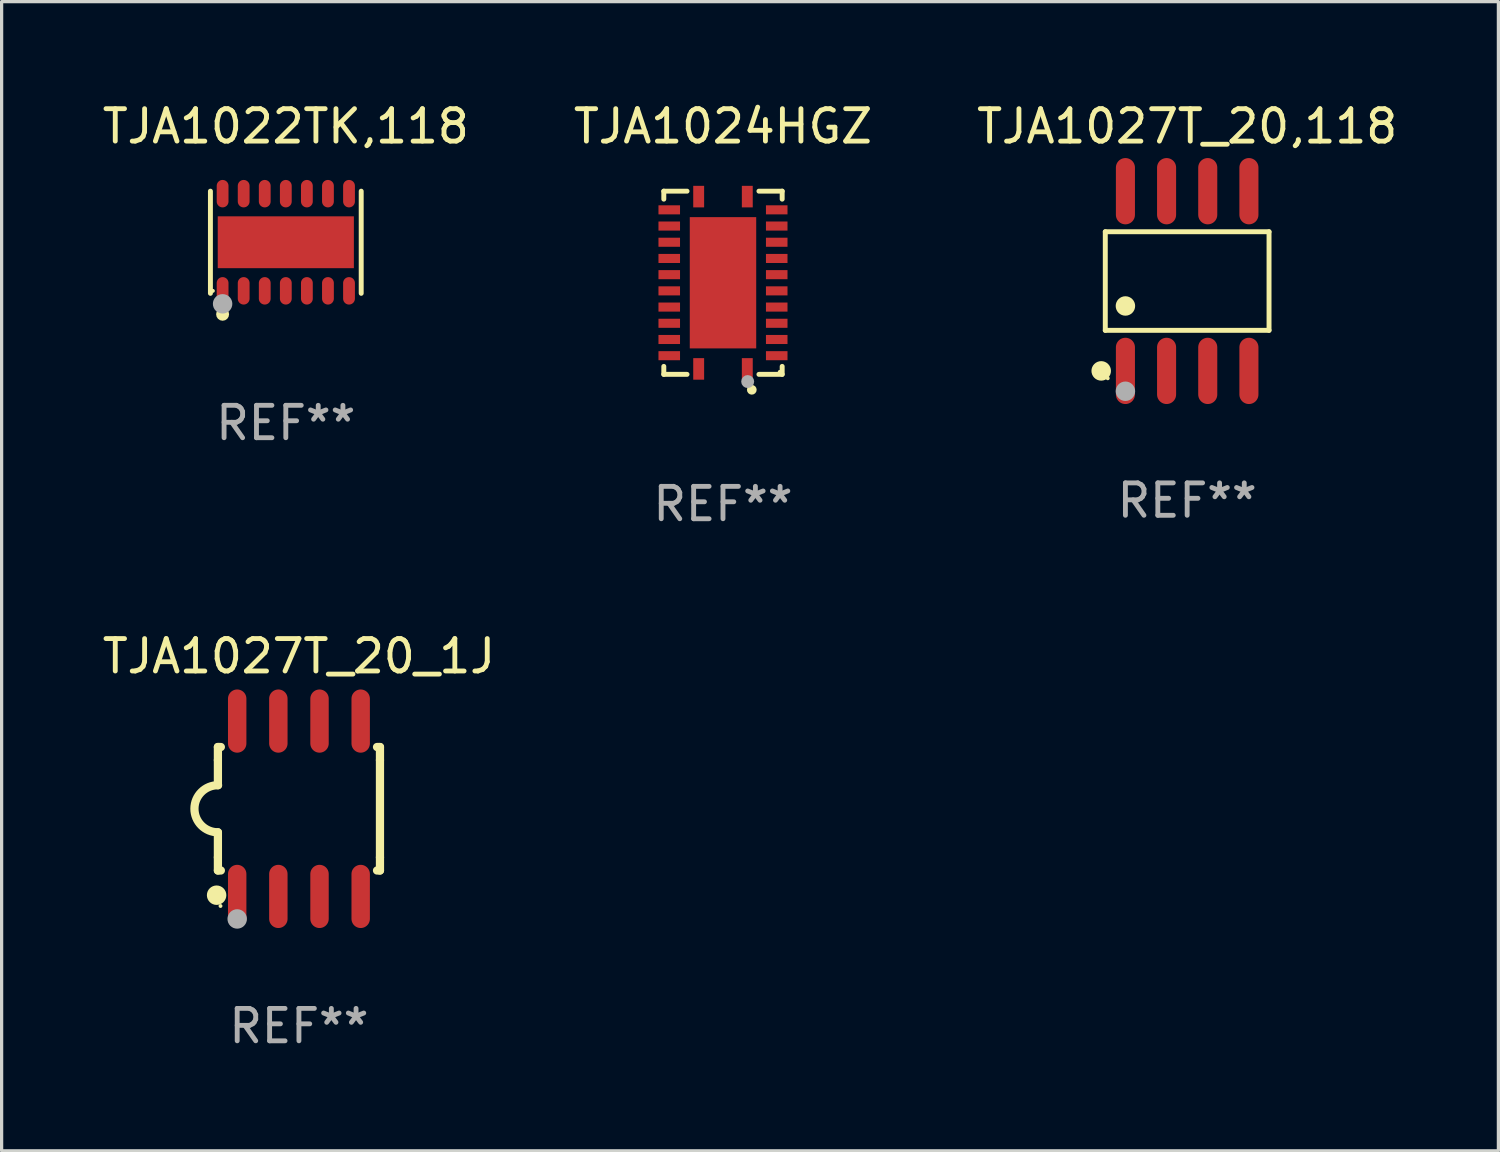
<source format=kicad_pcb>
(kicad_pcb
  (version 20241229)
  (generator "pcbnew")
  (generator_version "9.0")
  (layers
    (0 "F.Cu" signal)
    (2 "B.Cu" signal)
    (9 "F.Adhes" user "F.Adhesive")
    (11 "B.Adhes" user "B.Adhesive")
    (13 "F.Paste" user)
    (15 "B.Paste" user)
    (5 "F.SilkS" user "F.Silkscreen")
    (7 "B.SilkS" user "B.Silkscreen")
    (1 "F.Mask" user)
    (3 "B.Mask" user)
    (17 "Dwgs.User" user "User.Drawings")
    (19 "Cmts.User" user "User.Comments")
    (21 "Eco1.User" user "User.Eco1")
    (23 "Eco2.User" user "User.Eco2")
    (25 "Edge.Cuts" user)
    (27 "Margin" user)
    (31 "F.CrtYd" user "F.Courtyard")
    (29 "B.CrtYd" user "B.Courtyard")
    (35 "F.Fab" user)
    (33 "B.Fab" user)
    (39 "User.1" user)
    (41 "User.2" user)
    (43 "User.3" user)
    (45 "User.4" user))
  (footprint "TJA1024HGZ"
    (layer "F.Cu")
    (at 19.256 5.674)
    (property "Reference" "TJA1024HGZ" (at 0 -4.826 0) (layer "F.SilkS") (effects (font (size 1 1) (thickness 0.15))))
    (attr through_hole)
    (fp_line (start -1.826 -2.826) (end -1.826 -2.58) (stroke (width 0.152) (type solid)) (layer "F.SilkS"))
    (fp_line (start -1.826 2.826) (end -1.826 2.58) (stroke (width 0.152) (type solid)) (layer "F.SilkS"))
    (fp_line (start -1.109 -2.826) (end -1.826 -2.826) (stroke (width 0.152) (type solid)) (layer "F.SilkS"))
    (fp_line (start -1.109 2.826) (end -1.826 2.826) (stroke (width 0.152) (type solid)) (layer "F.SilkS"))
    (fp_line (start 1.109 -2.826) (end 1.826 -2.826) (stroke (width 0.152) (type solid)) (layer "F.SilkS"))
    (fp_line (start 1.109 2.826) (end 1.826 2.826) (stroke (width 0.152) (type solid)) (layer "F.SilkS"))
    (fp_line (start 1.826 -2.826) (end 1.826 -2.58) (stroke (width 0.152) (type solid)) (layer "F.SilkS"))
    (fp_line (start 1.826 2.826) (end 1.826 2.58) (stroke (width 0.152) (type solid)) (layer "F.SilkS"))
    (fp_circle (center 0.889 3.302) (end 0.964 3.302) (stroke (width 0.15) (type solid)) (fill no) (layer "F.SilkS"))
    (fp_circle (center 1.75 2.75) (end 1.78 2.75) (stroke (width 0.06) (type solid)) (fill no) (layer "F.SilkS"))
    (fp_circle (center 0.762 3.048) (end 0.862 3.048) (stroke (width 0.2) (type solid)) (fill no) (layer "F.Fab"))
    (fp_text user "REF**" (at 0 6.826 0) (layer "F.Fab") (effects (font (size 1 1) (thickness 0.15))))
    (pad "1" smd rect (at 0.75 2.658) (size 0.336 0.665) (layers "F.Cu" "F.Mask" "F.Paste"))
    (pad "2" smd rect (at 1.658 2.25) (size 0.665 0.28) (layers "F.Cu" "F.Mask" "F.Paste"))
    (pad "3" smd rect (at 1.658 1.75) (size 0.665 0.28) (layers "F.Cu" "F.Mask" "F.Paste"))
    (pad "4" smd rect (at 1.658 1.25) (size 0.665 0.28) (layers "F.Cu" "F.Mask" "F.Paste"))
    (pad "5" smd rect (at 1.658 0.75) (size 0.665 0.28) (layers "F.Cu" "F.Mask" "F.Paste"))
    (pad "6" smd rect (at 1.658 0.25) (size 0.665 0.28) (layers "F.Cu" "F.Mask" "F.Paste"))
    (pad "7" smd rect (at 1.658 -0.25) (size 0.665 0.28) (layers "F.Cu" "F.Mask" "F.Paste"))
    (pad "8" smd rect (at 1.658 -0.75) (size 0.665 0.28) (layers "F.Cu" "F.Mask" "F.Paste"))
    (pad "9" smd rect (at 1.658 -1.25) (size 0.665 0.28) (layers "F.Cu" "F.Mask" "F.Paste"))
    (pad "10" smd rect (at 1.658 -1.75) (size 0.665 0.28) (layers "F.Cu" "F.Mask" "F.Paste"))
    (pad "11" smd rect (at 1.658 -2.25) (size 0.665 0.28) (layers "F.Cu" "F.Mask" "F.Paste"))
    (pad "12" smd rect (at 0.75 -2.658) (size 0.336 0.665) (layers "F.Cu" "F.Mask" "F.Paste"))
    (pad "13" smd rect (at -0.75 -2.658) (size 0.336 0.665) (layers "F.Cu" "F.Mask" "F.Paste"))
    (pad "14" smd rect (at -1.658 -2.25) (size 0.665 0.28) (layers "F.Cu" "F.Mask" "F.Paste"))
    (pad "15" smd rect (at -1.658 -1.75) (size 0.665 0.28) (layers "F.Cu" "F.Mask" "F.Paste"))
    (pad "16" smd rect (at -1.658 -1.25) (size 0.665 0.28) (layers "F.Cu" "F.Mask" "F.Paste"))
    (pad "17" smd rect (at -1.658 -0.75) (size 0.665 0.28) (layers "F.Cu" "F.Mask" "F.Paste"))
    (pad "18" smd rect (at -1.658 -0.25) (size 0.665 0.28) (layers "F.Cu" "F.Mask" "F.Paste"))
    (pad "19" smd rect (at -1.658 0.25) (size 0.665 0.28) (layers "F.Cu" "F.Mask" "F.Paste"))
    (pad "20" smd rect (at -1.658 0.75) (size 0.665 0.28) (layers "F.Cu" "F.Mask" "F.Paste"))
    (pad "21" smd rect (at -1.658 1.25) (size 0.665 0.28) (layers "F.Cu" "F.Mask" "F.Paste"))
    (pad "22" smd rect (at -1.658 1.75) (size 0.665 0.28) (layers "F.Cu" "F.Mask" "F.Paste"))
    (pad "23" smd rect (at -1.658 2.25) (size 0.665 0.28) (layers "F.Cu" "F.Mask" "F.Paste"))
    (pad "24" smd rect (at -0.75 2.658) (size 0.336 0.665) (layers "F.Cu" "F.Mask" "F.Paste"))
    (pad "25" smd rect (at 0 0) (size 2.05 4.05) (layers "F.Cu" "F.Mask" "F.Paste")))
  (footprint "TJA1022TK,118"
    (layer "F.Cu")
    (at 5.768 4.424)
    (property "Reference" "TJA1022TK,118" (at 0 -3.576 0) (layer "F.SilkS") (effects (font (size 1 1) (thickness 0.15))))
    (attr through_hole)
    (fp_line (start -2.326 1.576) (end -2.326 -1.576) (stroke (width 0.152) (type solid)) (layer "F.SilkS"))
    (fp_line (start 2.326 -1.576) (end 2.326 1.576) (stroke (width 0.152) (type solid)) (layer "F.SilkS"))
    (fp_circle (center -2.25 1.5) (end -2.22 1.5) (stroke (width 0.06) (type solid)) (fill no) (layer "F.SilkS"))
    (fp_circle (center -1.95 2.222) (end -1.85 2.222) (stroke (width 0.2) (type solid)) (fill no) (layer "F.SilkS"))
    (fp_circle (center -1.95 1.9) (end -1.8 1.9) (stroke (width 0.3) (type solid)) (fill no) (layer "F.Fab"))
    (fp_text user "REF**" (at 0 5.576 0) (layer "F.Fab") (effects (font (size 1 1) (thickness 0.15))))
    (pad "1" smd oval (at -1.95 1.499) (size 0.364 0.847) (layers "F.Cu" "F.Mask" "F.Paste"))
    (pad "2" smd oval (at -1.3 1.499) (size 0.364 0.847) (layers "F.Cu" "F.Mask" "F.Paste"))
    (pad "3" smd oval (at -0.65 1.499) (size 0.364 0.847) (layers "F.Cu" "F.Mask" "F.Paste"))
    (pad "4" smd oval (at 0 1.499) (size 0.364 0.847) (layers "F.Cu" "F.Mask" "F.Paste"))
    (pad "5" smd oval (at 0.65 1.499) (size 0.364 0.847) (layers "F.Cu" "F.Mask" "F.Paste"))
    (pad "6" smd oval (at 1.3 1.499) (size 0.364 0.847) (layers "F.Cu" "F.Mask" "F.Paste"))
    (pad "7" smd oval (at 1.95 1.499) (size 0.364 0.847) (layers "F.Cu" "F.Mask" "F.Paste"))
    (pad "8" smd oval (at 1.95 -1.499) (size 0.364 0.847) (layers "F.Cu" "F.Mask" "F.Paste"))
    (pad "9" smd oval (at 1.3 -1.499) (size 0.364 0.847) (layers "F.Cu" "F.Mask" "F.Paste"))
    (pad "10" smd oval (at 0.65 -1.499) (size 0.364 0.847) (layers "F.Cu" "F.Mask" "F.Paste"))
    (pad "11" smd oval (at 0 -1.499) (size 0.364 0.847) (layers "F.Cu" "F.Mask" "F.Paste"))
    (pad "12" smd oval (at -0.65 -1.499) (size 0.364 0.847) (layers "F.Cu" "F.Mask" "F.Paste"))
    (pad "13" smd oval (at -1.3 -1.499) (size 0.364 0.847) (layers "F.Cu" "F.Mask" "F.Paste"))
    (pad "14" smd oval (at -1.95 -1.499) (size 0.364 0.847) (layers "F.Cu" "F.Mask" "F.Paste"))
    (pad "15" smd rect (at 0 0) (size 4.2 1.6) (layers "F.Cu" "F.Mask" "F.Paste")))
  (footprint "TJA1027T_20,118"
    (layer "F.Cu")
    (at 33.577 5.621)
    (property "Reference" "TJA1027T_20,118" (at 0 -4.772 0) (layer "F.SilkS") (effects (font (size 1 1) (thickness 0.15))))
    (attr through_hole)
    (fp_line (start -2.526 -1.521) (end 2.526 -1.521) (stroke (width 0.152) (type solid)) (layer "F.SilkS"))
    (fp_line (start -2.526 1.521) (end -2.526 -1.521) (stroke (width 0.152) (type solid)) (layer "F.SilkS"))
    (fp_line (start 2.526 -1.521) (end 2.526 1.521) (stroke (width 0.152) (type solid)) (layer "F.SilkS"))
    (fp_line (start 2.526 1.521) (end -2.526 1.521) (stroke (width 0.152) (type solid)) (layer "F.SilkS"))
    (fp_circle (center -2.652 2.772) (end -2.501 2.772) (stroke (width 0.3) (type solid)) (fill no) (layer "F.SilkS"))
    (fp_circle (center -2.45 3) (end -2.42 3) (stroke (width 0.06) (type solid)) (fill no) (layer "F.SilkS"))
    (fp_circle (center -1.905 0.769) (end -1.755 0.769) (stroke (width 0.3) (type solid)) (fill no) (layer "F.SilkS"))
    (fp_circle (center -1.905 3.4) (end -1.755 3.4) (stroke (width 0.3) (type solid)) (fill no) (layer "F.Fab"))
    (fp_text user "REF**" (at 0 6.772 0) (layer "F.Fab") (effects (font (size 1 1) (thickness 0.15))))
    (pad "1" smd oval (at -1.905 2.772) (size 0.588 2.045) (layers "F.Cu" "F.Mask" "F.Paste"))
    (pad "2" smd oval (at -0.635 2.772) (size 0.588 2.045) (layers "F.Cu" "F.Mask" "F.Paste"))
    (pad "3" smd oval (at 0.635 2.772) (size 0.588 2.045) (layers "F.Cu" "F.Mask" "F.Paste"))
    (pad "4" smd oval (at 1.905 2.772) (size 0.588 2.045) (layers "F.Cu" "F.Mask" "F.Paste"))
    (pad "5" smd oval (at 1.905 -2.772) (size 0.588 2.045) (layers "F.Cu" "F.Mask" "F.Paste"))
    (pad "6" smd oval (at 0.635 -2.772) (size 0.588 2.045) (layers "F.Cu" "F.Mask" "F.Paste"))
    (pad "7" smd oval (at -0.635 -2.772) (size 0.588 2.045) (layers "F.Cu" "F.Mask" "F.Paste"))
    (pad "8" smd oval (at -1.905 -2.772) (size 0.588 2.045) (layers "F.Cu" "F.Mask" "F.Paste")))
  (footprint "TJA1027T_20_1J"
    (layer "F.Cu")
    (at 6.173 21.902)
    (property "Reference" "TJA1027T_20_1J" (at 0 -4.705 0) (layer "F.SilkS") (effects (font (size 1 1) (thickness 0.15))))
    (attr through_hole)
    (fp_line (start -2.5 -1.905) (end -2.409 -1.905) (stroke (width 0.254) (type solid)) (layer "F.SilkS"))
    (fp_line (start -2.5 -1.5) (end -2.5 -1.905) (stroke (width 0.254) (type solid)) (layer "F.SilkS"))
    (fp_line (start -2.5 -1.5) (end -2.5 -0.726) (stroke (width 0.254) (type solid)) (layer "F.SilkS"))
    (fp_line (start -2.5 1.5) (end -2.5 0.727) (stroke (width 0.254) (type solid)) (layer "F.SilkS"))
    (fp_line (start -2.5 1.5) (end -2.5 1.905) (stroke (width 0.254) (type solid)) (layer "F.SilkS"))
    (fp_line (start -2.5 1.905) (end -2.409 1.905) (stroke (width 0.254) (type solid)) (layer "F.SilkS"))
    (fp_line (start 2.5 -1.905) (end 2.409 -1.905) (stroke (width 0.254) (type solid)) (layer "F.SilkS"))
    (fp_line (start 2.5 -1.5) (end 2.5 -1.905) (stroke (width 0.254) (type solid)) (layer "F.SilkS"))
    (fp_line (start 2.5 -1.5) (end 2.5 1.5) (stroke (width 0.254) (type solid)) (layer "F.SilkS"))
    (fp_line (start 2.5 1.5) (end 2.5 1.905) (stroke (width 0.254) (type solid)) (layer "F.SilkS"))
    (fp_line (start 2.5 1.905) (end 2.409 1.905) (stroke (width 0.254) (type solid)) (layer "F.SilkS"))
    (fp_arc (start -2.5 0.726568) (mid -3.220316 -0.0023) (end -2.495097 -0.726289) (stroke (width 0.254001) (type solid)) (layer "F.SilkS"))
    (fp_circle (center -2.54 2.667) (end -2.39 2.667) (stroke (width 0.3) (type solid)) (fill no) (layer "F.SilkS"))
    (fp_circle (center -2.42 3) (end -2.39 3) (stroke (width 0.06) (type solid)) (fill no) (layer "F.SilkS"))
    (fp_circle (center -1.905 3.4) (end -1.755 3.4) (stroke (width 0.3) (type solid)) (fill no) (layer "F.Fab"))
    (fp_text user "REF**" (at 0 6.705 0) (layer "F.Fab") (effects (font (size 1 1) (thickness 0.15))))
    (pad "1" smd oval (at -1.905 2.705) (size 0.568 1.95) (layers "F.Cu" "F.Mask" "F.Paste"))
    (pad "2" smd oval (at -0.635 2.705) (size 0.568 1.95) (layers "F.Cu" "F.Mask" "F.Paste"))
    (pad "3" smd oval (at 0.635 2.705) (size 0.568 1.95) (layers "F.Cu" "F.Mask" "F.Paste"))
    (pad "4" smd oval (at 1.905 2.705) (size 0.568 1.95) (layers "F.Cu" "F.Mask" "F.Paste"))
    (pad "5" smd oval (at 1.905 -2.705) (size 0.568 1.95) (layers "F.Cu" "F.Mask" "F.Paste"))
    (pad "6" smd oval (at 0.635 -2.705) (size 0.568 1.95) (layers "F.Cu" "F.Mask" "F.Paste"))
    (pad "7" smd oval (at -0.635 -2.705) (size 0.568 1.95) (layers "F.Cu" "F.Mask" "F.Paste"))
    (pad "8" smd oval (at -1.905 -2.705) (size 0.568 1.95) (layers "F.Cu" "F.Mask" "F.Paste")))
  (gr_rect
    (start -3 -3)
    (end 43.179 32.456)
    (stroke (width 0.1) (type default))
    (fill no)
    (layer "Edge.Cuts")))
</source>
